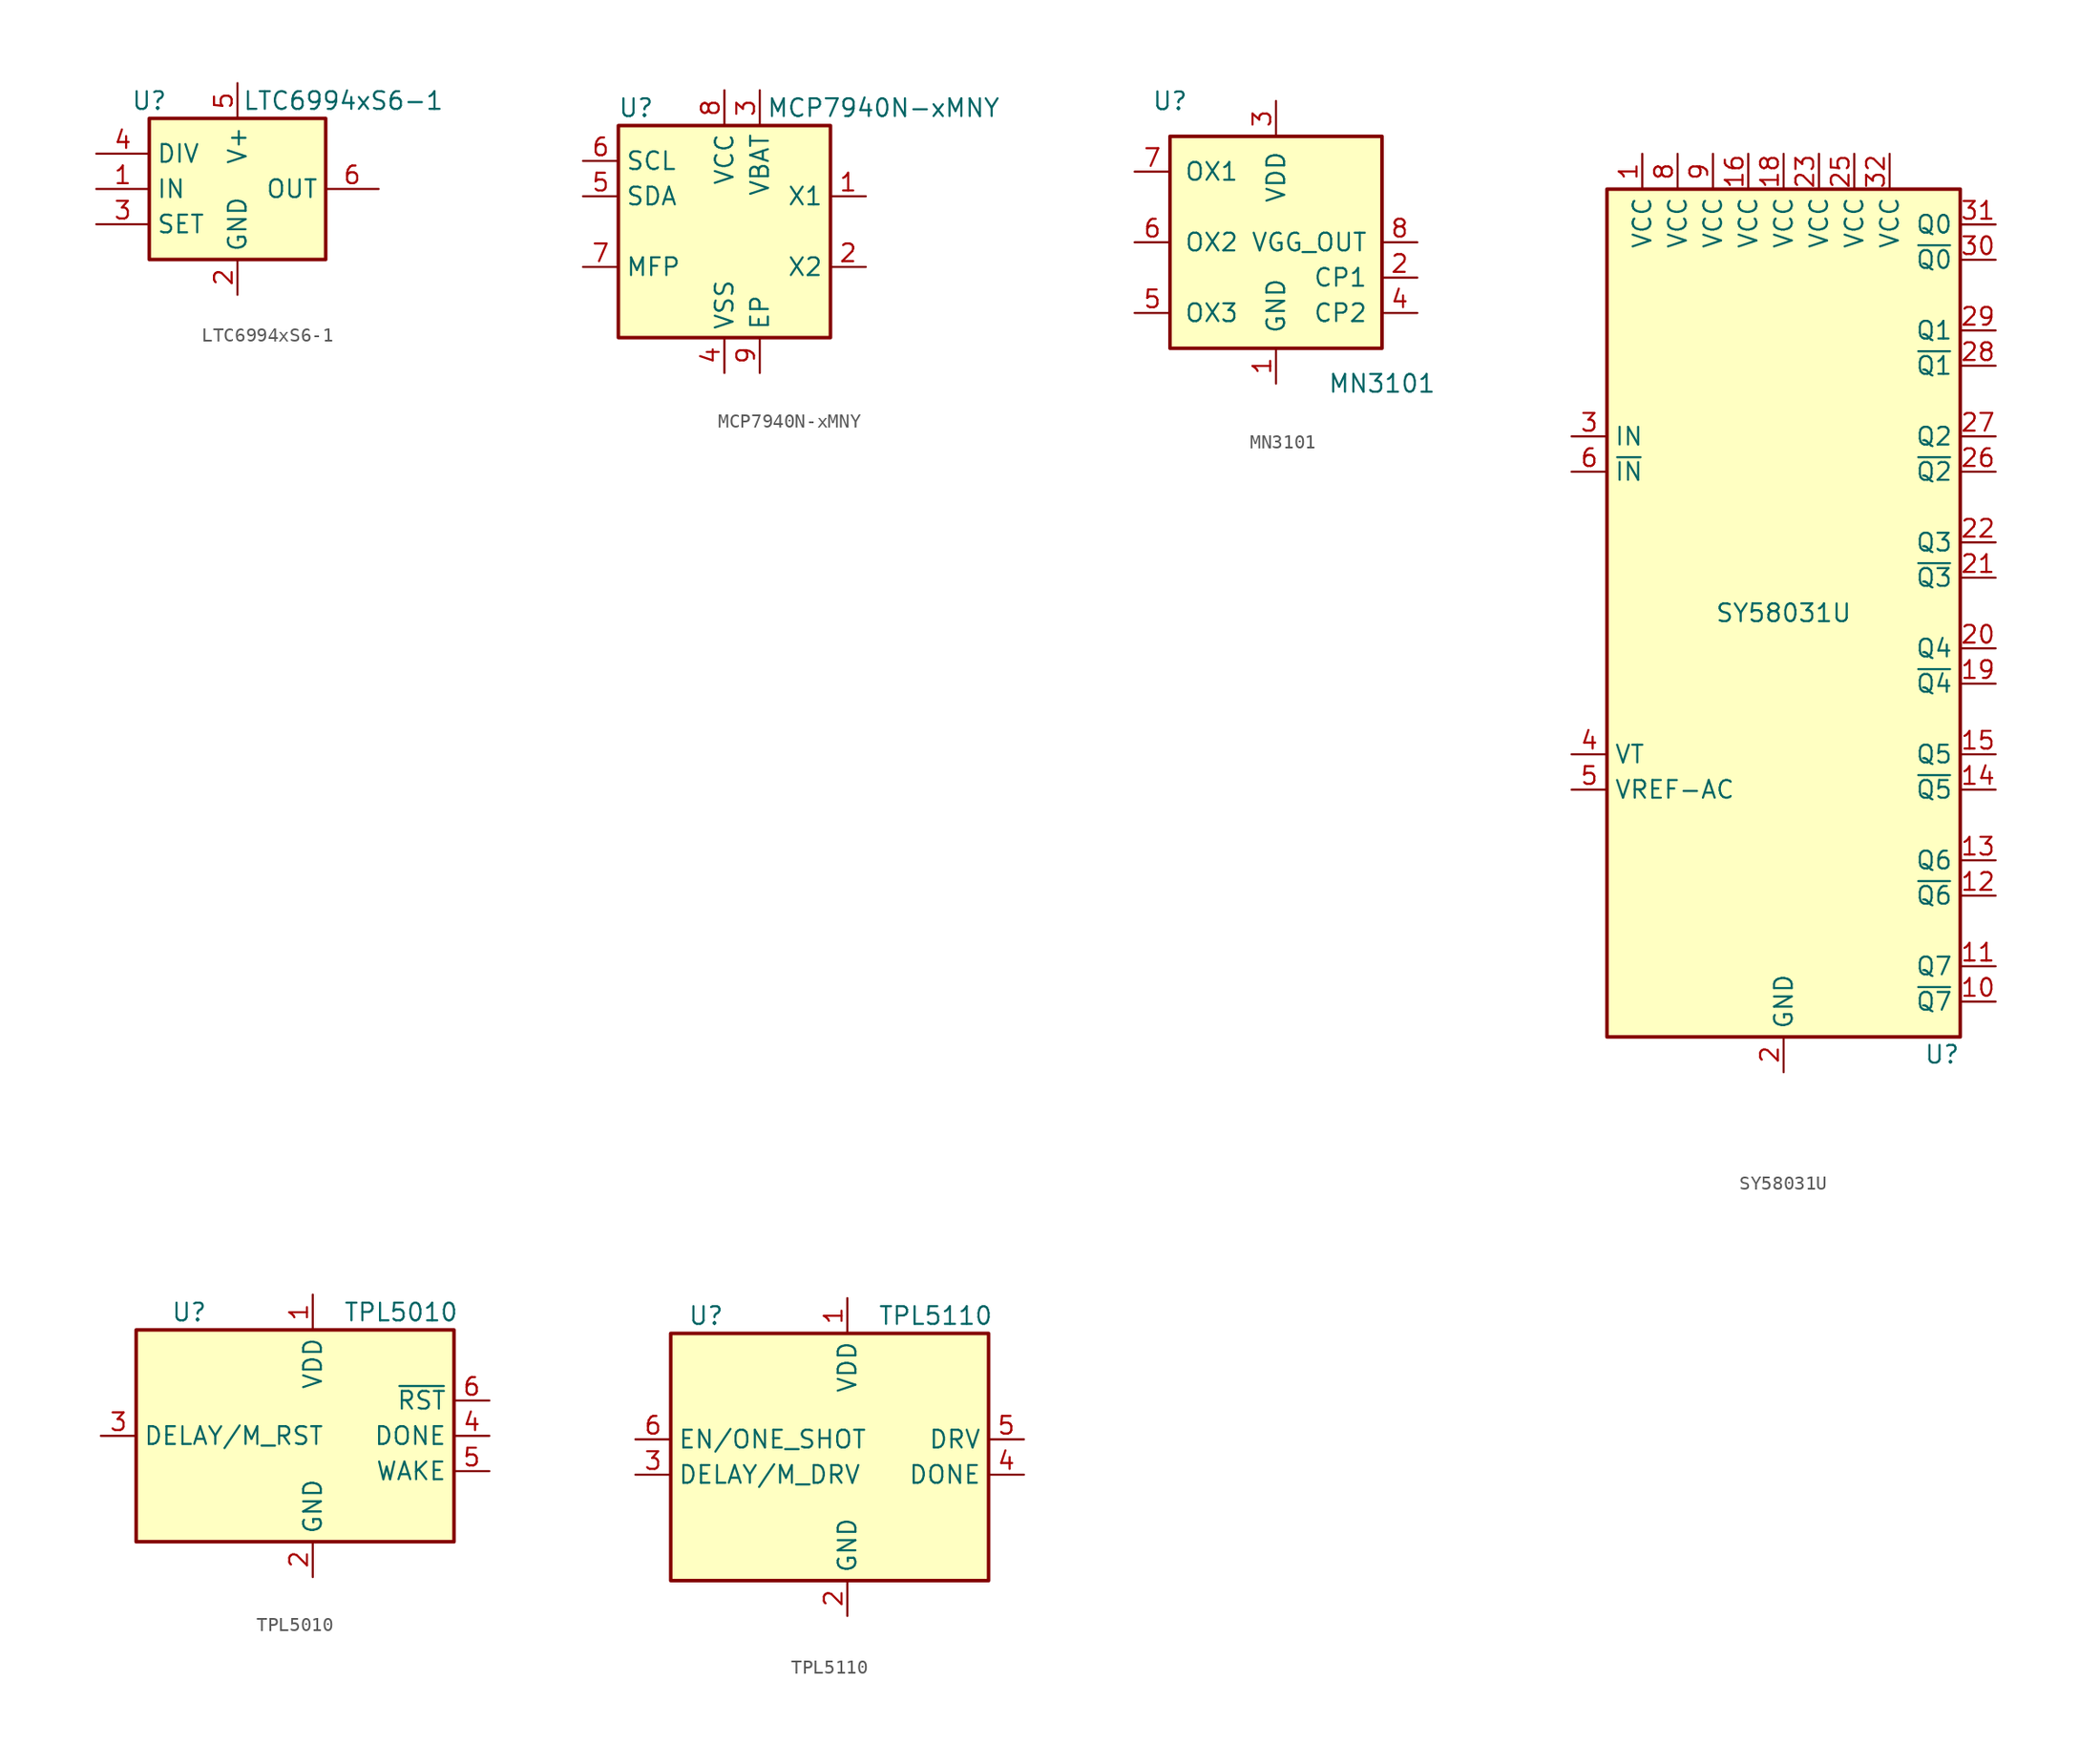
<source format=kicad_sym>
(kicad_symbol_lib
  (version 20201005)
  (generator kicad_symbol_editor)
  (symbol "LTC6994xS6-1"
    (property "Reference" "U"
      (at -6.35 6.35 0)
      (effects (font (size 1.27 1.27))))
    (property "Value" "LTC6994xS6-1"
      (at 7.62 6.35 0)
      (effects (font (size 1.27 1.27))))
    (symbol "LTC6994xS6-1_0_1"
      (rectangle (start -6.35 5.08) (end 6.35 -5.08) (stroke (width 0.254)) (fill (type background))))
    (symbol "LTC6994xS6-1_1_1"
      (pin input line (at -10.16 0 0) (length 3.81) (name "IN" (effects (font (size 1.27 1.27)))) (number "1" (effects (font (size 1.27 1.27)))))
      (pin power_in line (at 0 -7.62 90) (length 2.54) (name "GND" (effects (font (size 1.27 1.27)))) (number "2" (effects (font (size 1.27 1.27)))))
      (pin passive line (at -10.16 -2.54 0) (length 3.81) (name "SET" (effects (font (size 1.27 1.27)))) (number "3" (effects (font (size 1.27 1.27)))))
      (pin input line (at -10.16 2.54 0) (length 3.81) (name "DIV" (effects (font (size 1.27 1.27)))) (number "4" (effects (font (size 1.27 1.27)))))
      (pin power_in line (at 0 7.62 270) (length 2.54) (name "V+" (effects (font (size 1.27 1.27)))) (number "5" (effects (font (size 1.27 1.27)))))
      (pin output line (at 10.16 0 180) (length 3.81) (name "OUT" (effects (font (size 1.27 1.27)))) (number "6" (effects (font (size 1.27 1.27)))))))
  (symbol "MCP7940N-xMNY"
    (property "Reference" "U"
      (at -6.35 8.89 0)
      (effects (font (size 1.27 1.27))))
    (property "Value" "MCP7940N-xMNY"
      (at 11.43 8.89 0)
      (effects (font (size 1.27 1.27))))
    (symbol "MCP7940N-xMNY_0_1"
      (rectangle (start -7.62 7.62) (end 7.62 -7.62) (stroke (width 0.254)) (fill (type background))))
    (symbol "MCP7940N-xMNY_1_1"
      (pin input line (at 10.16 2.54 180) (length 2.54) (name "X1" (effects (font (size 1.27 1.27)))) (number "1" (effects (font (size 1.27 1.27)))))
      (pin output line (at 10.16 -2.54 180) (length 2.54) (name "X2" (effects (font (size 1.27 1.27)))) (number "2" (effects (font (size 1.27 1.27)))))
      (pin power_in line (at 2.54 10.16 270) (length 2.54) (name "VBAT" (effects (font (size 1.27 1.27)))) (number "3" (effects (font (size 1.27 1.27)))))
      (pin power_in line (at 0 -10.16 90) (length 2.54) (name "VSS" (effects (font (size 1.27 1.27)))) (number "4" (effects (font (size 1.27 1.27)))))
      (pin bidirectional line (at -10.16 2.54 0) (length 2.54) (name "SDA" (effects (font (size 1.27 1.27)))) (number "5" (effects (font (size 1.27 1.27)))))
      (pin input line (at -10.16 5.08 0) (length 2.54) (name "SCL" (effects (font (size 1.27 1.27)))) (number "6" (effects (font (size 1.27 1.27)))))
      (pin open_collector line (at -10.16 -2.54 0) (length 2.54) (name "MFP" (effects (font (size 1.27 1.27)))) (number "7" (effects (font (size 1.27 1.27)))))
      (pin power_in line (at 0 10.16 270) (length 2.54) (name "VCC" (effects (font (size 1.27 1.27)))) (number "8" (effects (font (size 1.27 1.27)))))
      (pin power_in line (at 2.54 -10.16 90) (length 2.54) (name "EP" (effects (font (size 1.27 1.27)))) (number "9" (effects (font (size 1.27 1.27)))))))
  (symbol "MN3101"
    (pin_names
      (offset 1.016))
    (property "Reference" "U"
      (at -7.62 10.16 0)
      (effects (font (size 1.27 1.27))))
    (property "Value" "MN3101"
      (at 7.62 -10.16 0)
      (effects (font (size 1.27 1.27))))
    (symbol "MN3101_0_1"
      (rectangle (start -7.62 7.62) (end 7.62 -7.62) (stroke (width 0.254)) (fill (type background))))
    (symbol "MN3101_1_1"
      (pin power_in line (at 0 -10.16 90) (length 2.54) (name "GND" (effects (font (size 1.27 1.27)))) (number "1" (effects (font (size 1.27 1.27)))))
      (pin output line (at 10.16 -2.54 180) (length 2.54) (name "CP1" (effects (font (size 1.27 1.27)))) (number "2" (effects (font (size 1.27 1.27)))))
      (pin power_in line (at 0 10.16 270) (length 2.54) (name "VDD" (effects (font (size 1.27 1.27)))) (number "3" (effects (font (size 1.27 1.27)))))
      (pin output line (at 10.16 -5.08 180) (length 2.54) (name "CP2" (effects (font (size 1.27 1.27)))) (number "4" (effects (font (size 1.27 1.27)))))
      (pin input line (at -10.16 -5.08 0) (length 2.54) (name "OX3" (effects (font (size 1.27 1.27)))) (number "5" (effects (font (size 1.27 1.27)))))
      (pin input line (at -10.16 0 0) (length 2.54) (name "OX2" (effects (font (size 1.27 1.27)))) (number "6" (effects (font (size 1.27 1.27)))))
      (pin input line (at -10.16 5.08 0) (length 2.54) (name "OX1" (effects (font (size 1.27 1.27)))) (number "7" (effects (font (size 1.27 1.27)))))
      (pin power_out line (at 10.16 0 180) (length 2.54) (name "VGG_OUT" (effects (font (size 1.27 1.27)))) (number "8" (effects (font (size 1.27 1.27)))))))
  (symbol "SY58031U"
    (property "Reference" "U"
      (at 12.7 -31.75 0)
      (effects (font (size 1.27 1.27)) (justify right)))
    (property "Value" "SY58031U"
      (at 0 0 0)
      (effects (font (size 1.27 1.27))))
    (symbol "SY58031U_0_1"
      (rectangle (start 12.7 30.48) (end -12.7 -30.48) (stroke (width 0.254)) (fill (type background))))
    (symbol "SY58031U_1_1"
      (pin power_in line (at -10.16 33.02 270) (length 2.54) (name "VCC" (effects (font (size 1.27 1.27)))) (number "1" (effects (font (size 1.27 1.27)))))
      (pin output line (at 15.24 -27.94 180) (length 2.54) (name "~Q7" (effects (font (size 1.27 1.27)))) (number "10" (effects (font (size 1.27 1.27)))))
      (pin output line (at 15.24 -25.4 180) (length 2.54) (name "Q7" (effects (font (size 1.27 1.27)))) (number "11" (effects (font (size 1.27 1.27)))))
      (pin output line (at 15.24 -20.32 180) (length 2.54) (name "~Q6" (effects (font (size 1.27 1.27)))) (number "12" (effects (font (size 1.27 1.27)))))
      (pin output line (at 15.24 -17.78 180) (length 2.54) (name "Q6" (effects (font (size 1.27 1.27)))) (number "13" (effects (font (size 1.27 1.27)))))
      (pin output line (at 15.24 -12.7 180) (length 2.54) (name "~Q5" (effects (font (size 1.27 1.27)))) (number "14" (effects (font (size 1.27 1.27)))))
      (pin output line (at 15.24 -10.16 180) (length 2.54) (name "Q5" (effects (font (size 1.27 1.27)))) (number "15" (effects (font (size 1.27 1.27)))))
      (pin power_in line (at -2.54 33.02 270) (length 2.54) (name "VCC" (effects (font (size 1.27 1.27)))) (number "16" (effects (font (size 1.27 1.27)))))
      (pin passive line (at 0 -33.02 90) (length 2.54) hide (name "GND" (effects (font (size 1.27 1.27)))) (number "17" (effects (font (size 1.27 1.27)))))
      (pin power_in line (at 0 33.02 270) (length 2.54) (name "VCC" (effects (font (size 1.27 1.27)))) (number "18" (effects (font (size 1.27 1.27)))))
      (pin output line (at 15.24 -5.08 180) (length 2.54) (name "~Q4" (effects (font (size 1.27 1.27)))) (number "19" (effects (font (size 1.27 1.27)))))
      (pin power_in line (at 0 -33.02 90) (length 2.54) (name "GND" (effects (font (size 1.27 1.27)))) (number "2" (effects (font (size 1.27 1.27)))))
      (pin output line (at 15.24 -2.54 180) (length 2.54) (name "Q4" (effects (font (size 1.27 1.27)))) (number "20" (effects (font (size 1.27 1.27)))))
      (pin output line (at 15.24 2.54 180) (length 2.54) (name "~Q3" (effects (font (size 1.27 1.27)))) (number "21" (effects (font (size 1.27 1.27)))))
      (pin output line (at 15.24 5.08 180) (length 2.54) (name "Q3" (effects (font (size 1.27 1.27)))) (number "22" (effects (font (size 1.27 1.27)))))
      (pin power_in line (at 2.54 33.02 270) (length 2.54) (name "VCC" (effects (font (size 1.27 1.27)))) (number "23" (effects (font (size 1.27 1.27)))))
      (pin passive line (at 0 -33.02 90) (length 2.54) hide (name "GND" (effects (font (size 1.27 1.27)))) (number "24" (effects (font (size 1.27 1.27)))))
      (pin power_in line (at 5.08 33.02 270) (length 2.54) (name "VCC" (effects (font (size 1.27 1.27)))) (number "25" (effects (font (size 1.27 1.27)))))
      (pin output line (at 15.24 10.16 180) (length 2.54) (name "~Q2" (effects (font (size 1.27 1.27)))) (number "26" (effects (font (size 1.27 1.27)))))
      (pin output line (at 15.24 12.7 180) (length 2.54) (name "Q2" (effects (font (size 1.27 1.27)))) (number "27" (effects (font (size 1.27 1.27)))))
      (pin output line (at 15.24 17.78 180) (length 2.54) (name "~Q1" (effects (font (size 1.27 1.27)))) (number "28" (effects (font (size 1.27 1.27)))))
      (pin output line (at 15.24 20.32 180) (length 2.54) (name "Q1" (effects (font (size 1.27 1.27)))) (number "29" (effects (font (size 1.27 1.27)))))
      (pin input line (at -15.24 12.7 0) (length 2.54) (name "IN" (effects (font (size 1.27 1.27)))) (number "3" (effects (font (size 1.27 1.27)))))
      (pin output line (at 15.24 25.4 180) (length 2.54) (name "~Q0" (effects (font (size 1.27 1.27)))) (number "30" (effects (font (size 1.27 1.27)))))
      (pin output line (at 15.24 27.94 180) (length 2.54) (name "Q0" (effects (font (size 1.27 1.27)))) (number "31" (effects (font (size 1.27 1.27)))))
      (pin power_in line (at 7.62 33.02 270) (length 2.54) (name "VCC" (effects (font (size 1.27 1.27)))) (number "32" (effects (font (size 1.27 1.27)))))
      (pin passive line (at 0 -33.02 90) (length 2.54) hide (name "GND" (effects (font (size 1.27 1.27)))) (number "33" (effects (font (size 1.27 1.27)))))
      (pin passive line (at -15.24 -10.16 0) (length 2.54) (name "VT" (effects (font (size 1.27 1.27)))) (number "4" (effects (font (size 1.27 1.27)))))
      (pin passive line (at -15.24 -12.7 0) (length 2.54) (name "VREF-AC" (effects (font (size 1.27 1.27)))) (number "5" (effects (font (size 1.27 1.27)))))
      (pin input line (at -15.24 10.16 0) (length 2.54) (name "~IN" (effects (font (size 1.27 1.27)))) (number "6" (effects (font (size 1.27 1.27)))))
      (pin passive line (at 0 -33.02 90) (length 2.54) hide (name "GND" (effects (font (size 1.27 1.27)))) (number "7" (effects (font (size 1.27 1.27)))))
      (pin power_in line (at -7.62 33.02 270) (length 2.54) (name "VCC" (effects (font (size 1.27 1.27)))) (number "8" (effects (font (size 1.27 1.27)))))
      (pin power_in line (at -5.08 33.02 270) (length 2.54) (name "VCC" (effects (font (size 1.27 1.27)))) (number "9" (effects (font (size 1.27 1.27)))))))
  (symbol "TPL5010"
    (property "Reference" "U"
      (at -8.89 8.89 0)
      (effects (font (size 1.27 1.27))))
    (property "Value" "TPL5010"
      (at 6.35 8.89 0)
      (effects (font (size 1.27 1.27))))
    (symbol "TPL5010_0_1"
      (rectangle (start -12.7 7.62) (end 10.16 -7.62) (stroke (width 0.254)) (fill (type background))))
    (symbol "TPL5010_1_1"
      (pin power_in line (at 0 10.16 270) (length 2.54) (name "VDD" (effects (font (size 1.27 1.27)))) (number "1" (effects (font (size 1.27 1.27)))))
      (pin power_in line (at 0 -10.16 90) (length 2.54) (name "GND" (effects (font (size 1.27 1.27)))) (number "2" (effects (font (size 1.27 1.27)))))
      (pin input line (at -15.24 0 0) (length 2.54) (name "DELAY/M_RST" (effects (font (size 1.27 1.27)))) (number "3" (effects (font (size 1.27 1.27)))))
      (pin input line (at 12.7 0 180) (length 2.54) (name "DONE" (effects (font (size 1.27 1.27)))) (number "4" (effects (font (size 1.27 1.27)))))
      (pin output line (at 12.7 -2.54 180) (length 2.54) (name "WAKE" (effects (font (size 1.27 1.27)))) (number "5" (effects (font (size 1.27 1.27)))))
      (pin open_collector line (at 12.7 2.54 180) (length 2.54) (name "~RST" (effects (font (size 1.27 1.27)))) (number "6" (effects (font (size 1.27 1.27)))))))
  (symbol "TPL5110"
    (property "Reference" "U"
      (at -10.16 8.89 0)
      (effects (font (size 1.27 1.27))))
    (property "Value" "TPL5110"
      (at 6.35 8.89 0)
      (effects (font (size 1.27 1.27))))
    (symbol "TPL5110_0_1"
      (rectangle (start -12.7 7.62) (end 10.16 -10.16) (stroke (width 0.254)) (fill (type background))))
    (symbol "TPL5110_1_1"
      (pin power_in line (at 0 10.16 270) (length 2.54) (name "VDD" (effects (font (size 1.27 1.27)))) (number "1" (effects (font (size 1.27 1.27)))))
      (pin power_in line (at 0 -12.7 90) (length 2.54) (name "GND" (effects (font (size 1.27 1.27)))) (number "2" (effects (font (size 1.27 1.27)))))
      (pin input line (at -15.24 -2.54 0) (length 2.54) (name "DELAY/M_DRV" (effects (font (size 1.27 1.27)))) (number "3" (effects (font (size 1.27 1.27)))))
      (pin input line (at 12.7 -2.54 180) (length 2.54) (name "DONE" (effects (font (size 1.27 1.27)))) (number "4" (effects (font (size 1.27 1.27)))))
      (pin output line (at 12.7 0 180) (length 2.54) (name "DRV" (effects (font (size 1.27 1.27)))) (number "5" (effects (font (size 1.27 1.27)))))
      (pin input line (at -15.24 0 0) (length 2.54) (name "EN/ONE_SHOT" (effects (font (size 1.27 1.27)))) (number "6" (effects (font (size 1.27 1.27))))))))
</source>
